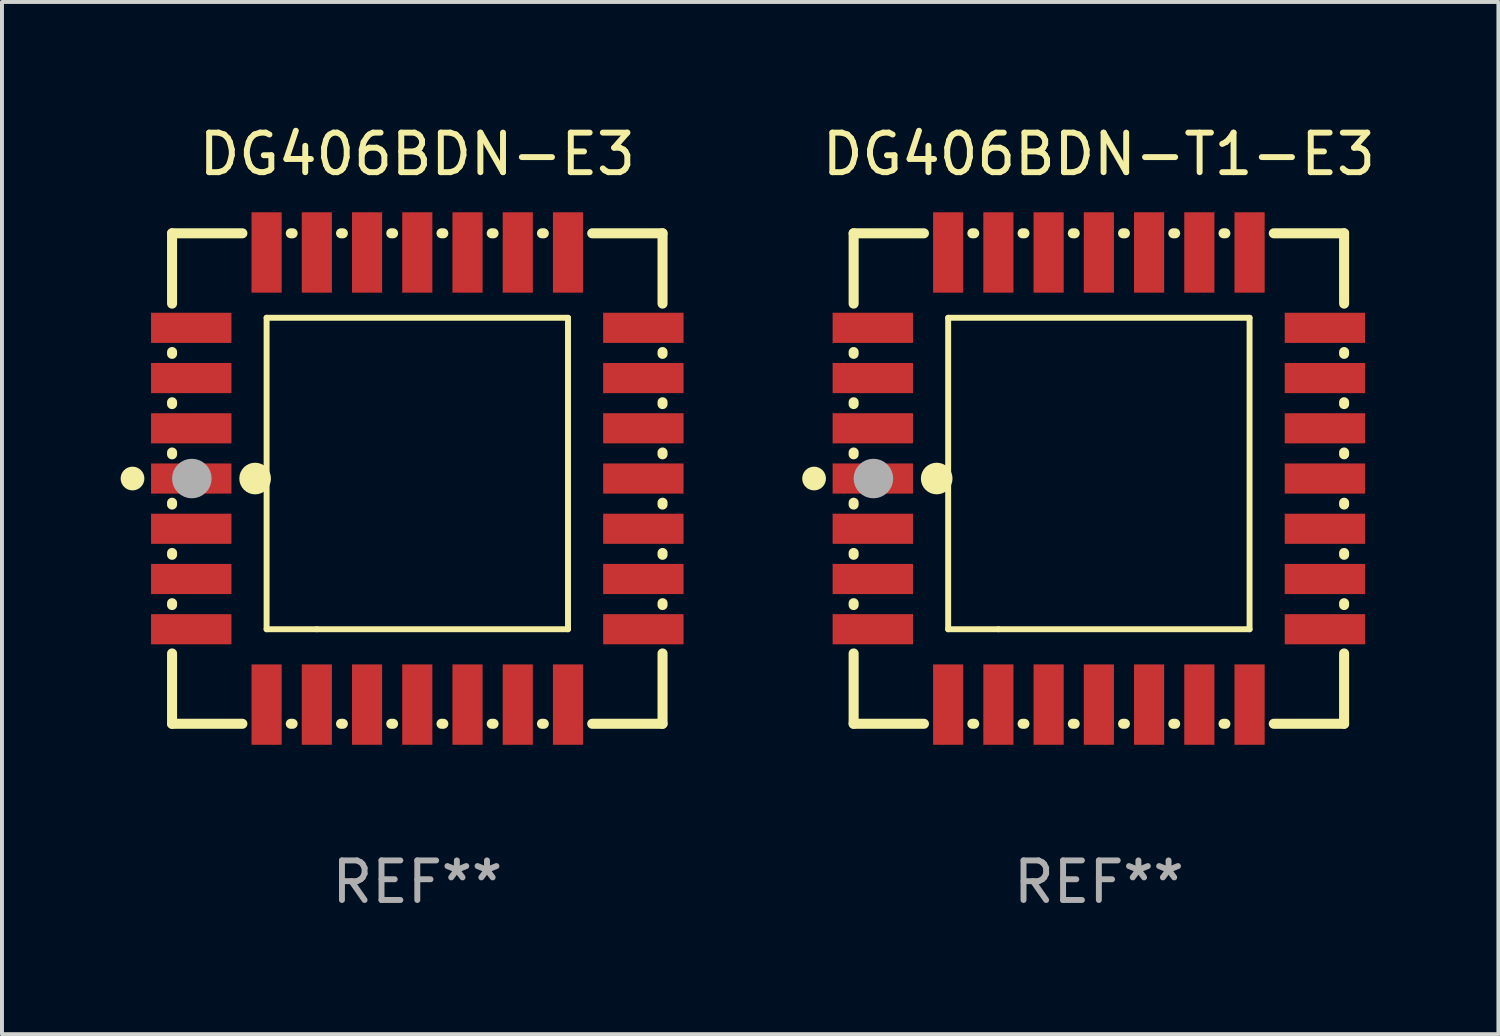
<source format=kicad_pcb>
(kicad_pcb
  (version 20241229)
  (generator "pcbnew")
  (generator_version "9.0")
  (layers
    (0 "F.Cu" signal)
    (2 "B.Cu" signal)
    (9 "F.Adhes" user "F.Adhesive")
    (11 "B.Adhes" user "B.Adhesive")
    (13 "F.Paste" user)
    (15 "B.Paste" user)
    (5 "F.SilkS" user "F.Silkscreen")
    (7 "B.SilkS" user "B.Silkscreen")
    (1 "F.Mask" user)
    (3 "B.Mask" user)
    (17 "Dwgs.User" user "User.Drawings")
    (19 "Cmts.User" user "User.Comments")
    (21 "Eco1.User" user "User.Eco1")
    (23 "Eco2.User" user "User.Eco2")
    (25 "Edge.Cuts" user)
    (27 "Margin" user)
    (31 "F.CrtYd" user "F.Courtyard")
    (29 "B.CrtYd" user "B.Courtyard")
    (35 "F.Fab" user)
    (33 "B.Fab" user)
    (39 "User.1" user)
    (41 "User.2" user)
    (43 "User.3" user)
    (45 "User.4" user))
  (footprint "DG406BDN-T1-E3"
    (layer "F.Cu")
    (at 24.731 9.048)
    (property "Reference" "DG406BDN-T1-E3" (at 0 -8.2 0) (layer "F.SilkS") (effects (font (size 1 1) (thickness 0.15))))
    (attr through_hole)
    (fp_line (start -6.2 -6.2) (end -4.422 -6.2) (stroke (width 0.254) (type solid)) (layer "F.SilkS"))
    (fp_line (start -6.2 -4.422) (end -6.2 -6.2) (stroke (width 0.254) (type solid)) (layer "F.SilkS"))
    (fp_line (start -6.2 -3.152) (end -6.2 -3.198) (stroke (width 0.254) (type solid)) (layer "F.SilkS"))
    (fp_line (start -6.2 -1.882) (end -6.2 -1.928) (stroke (width 0.254) (type solid)) (layer "F.SilkS"))
    (fp_line (start -6.2 -0.612) (end -6.2 -0.658) (stroke (width 0.254) (type solid)) (layer "F.SilkS"))
    (fp_line (start -6.2 0.658) (end -6.2 0.612) (stroke (width 0.254) (type solid)) (layer "F.SilkS"))
    (fp_line (start -6.2 1.928) (end -6.2 1.882) (stroke (width 0.254) (type solid)) (layer "F.SilkS"))
    (fp_line (start -6.2 3.198) (end -6.2 3.152) (stroke (width 0.254) (type solid)) (layer "F.SilkS"))
    (fp_line (start -6.2 6.2) (end -6.2 4.422) (stroke (width 0.254) (type solid)) (layer "F.SilkS"))
    (fp_line (start -4.422 6.2) (end -6.2 6.2) (stroke (width 0.254) (type solid)) (layer "F.SilkS"))
    (fp_line (start -3.81 -4.064) (end 3.81 -4.064) (stroke (width 0.15) (type solid)) (layer "F.SilkS"))
    (fp_line (start -3.81 3.81) (end -3.81 -4.064) (stroke (width 0.15) (type solid)) (layer "F.SilkS"))
    (fp_line (start -3.198 -6.2) (end -3.152 -6.2) (stroke (width 0.254) (type solid)) (layer "F.SilkS"))
    (fp_line (start -3.152 6.2) (end -3.198 6.2) (stroke (width 0.254) (type solid)) (layer "F.SilkS"))
    (fp_line (start -2.54 3.81) (end -3.81 3.81) (stroke (width 0.15) (type solid)) (layer "F.SilkS"))
    (fp_line (start -1.928 -6.2) (end -1.882 -6.2) (stroke (width 0.254) (type solid)) (layer "F.SilkS"))
    (fp_line (start -1.882 6.2) (end -1.928 6.2) (stroke (width 0.254) (type solid)) (layer "F.SilkS"))
    (fp_line (start -0.658 -6.2) (end -0.612 -6.2) (stroke (width 0.254) (type solid)) (layer "F.SilkS"))
    (fp_line (start -0.612 6.2) (end -0.658 6.2) (stroke (width 0.254) (type solid)) (layer "F.SilkS"))
    (fp_line (start 0.612 -6.2) (end 0.658 -6.2) (stroke (width 0.254) (type solid)) (layer "F.SilkS"))
    (fp_line (start 0.658 6.2) (end 0.612 6.2) (stroke (width 0.254) (type solid)) (layer "F.SilkS"))
    (fp_line (start 1.882 -6.2) (end 1.928 -6.2) (stroke (width 0.254) (type solid)) (layer "F.SilkS"))
    (fp_line (start 1.928 6.2) (end 1.882 6.2) (stroke (width 0.254) (type solid)) (layer "F.SilkS"))
    (fp_line (start 3.152 -6.2) (end 3.198 -6.2) (stroke (width 0.254) (type solid)) (layer "F.SilkS"))
    (fp_line (start 3.198 6.2) (end 3.152 6.2) (stroke (width 0.254) (type solid)) (layer "F.SilkS"))
    (fp_line (start 3.81 -4.064) (end 3.81 3.81) (stroke (width 0.15) (type solid)) (layer "F.SilkS"))
    (fp_line (start 3.81 3.81) (end -2.54 3.81) (stroke (width 0.15) (type solid)) (layer "F.SilkS"))
    (fp_line (start 4.422 -6.2) (end 6.2 -6.2) (stroke (width 0.254) (type solid)) (layer "F.SilkS"))
    (fp_line (start 6.2 -6.2) (end 6.2 -4.422) (stroke (width 0.254) (type solid)) (layer "F.SilkS"))
    (fp_line (start 6.2 -3.198) (end 6.2 -3.152) (stroke (width 0.254) (type solid)) (layer "F.SilkS"))
    (fp_line (start 6.2 -1.928) (end 6.2 -1.882) (stroke (width 0.254) (type solid)) (layer "F.SilkS"))
    (fp_line (start 6.2 -0.658) (end 6.2 -0.612) (stroke (width 0.254) (type solid)) (layer "F.SilkS"))
    (fp_line (start 6.2 0.612) (end 6.2 0.658) (stroke (width 0.254) (type solid)) (layer "F.SilkS"))
    (fp_line (start 6.2 1.882) (end 6.2 1.928) (stroke (width 0.254) (type solid)) (layer "F.SilkS"))
    (fp_line (start 6.2 3.152) (end 6.2 3.198) (stroke (width 0.254) (type solid)) (layer "F.SilkS"))
    (fp_line (start 6.2 4.422) (end 6.2 6.2) (stroke (width 0.254) (type solid)) (layer "F.SilkS"))
    (fp_line (start 6.2 6.2) (end 4.422 6.2) (stroke (width 0.254) (type solid)) (layer "F.SilkS"))
    (fp_circle (center -7.2 0) (end -7.05 0) (stroke (width 0.3) (type solid)) (fill no) (layer "F.SilkS"))
    (fp_circle (center -6.223 6.223) (end -6.193 6.223) (stroke (width 0.06) (type solid)) (fill no) (layer "F.SilkS"))
    (fp_circle (center -4.1 0) (end -3.9 0) (stroke (width 0.4) (type solid)) (fill no) (layer "F.SilkS"))
    (fp_circle (center -5.7 0) (end -5.45 0) (stroke (width 0.5) (type solid)) (fill no) (layer "F.Fab"))
    (fp_text user "REF**" (at 0 10.2 0) (layer "F.Fab") (effects (font (size 1 1) (thickness 0.15))))
    (pad "1" smd rect (at -5.715 0) (size 2.032 0.762) (layers "F.Cu" "F.Mask" "F.Paste"))
    (pad "2" smd rect (at -5.715 1.27) (size 2.032 0.762) (layers "F.Cu" "F.Mask" "F.Paste"))
    (pad "3" smd rect (at -5.715 2.54) (size 2.032 0.762) (layers "F.Cu" "F.Mask" "F.Paste"))
    (pad "4" smd rect (at -5.715 3.81) (size 2.032 0.762) (layers "F.Cu" "F.Mask" "F.Paste"))
    (pad "5" smd rect (at -3.81 5.715) (size 0.762 2.032) (layers "F.Cu" "F.Mask" "F.Paste"))
    (pad "6" smd rect (at -2.54 5.715) (size 0.762 2.032) (layers "F.Cu" "F.Mask" "F.Paste"))
    (pad "7" smd rect (at -1.27 5.715) (size 0.762 2.032) (layers "F.Cu" "F.Mask" "F.Paste"))
    (pad "8" smd rect (at 0 5.715) (size 0.762 2.032) (layers "F.Cu" "F.Mask" "F.Paste"))
    (pad "9" smd rect (at 1.27 5.715) (size 0.762 2.032) (layers "F.Cu" "F.Mask" "F.Paste"))
    (pad "10" smd rect (at 2.54 5.715) (size 0.762 2.032) (layers "F.Cu" "F.Mask" "F.Paste"))
    (pad "11" smd rect (at 3.81 5.715) (size 0.762 2.032) (layers "F.Cu" "F.Mask" "F.Paste"))
    (pad "12" smd rect (at 5.715 3.81) (size 2.032 0.762) (layers "F.Cu" "F.Mask" "F.Paste"))
    (pad "13" smd rect (at 5.715 2.54) (size 2.032 0.762) (layers "F.Cu" "F.Mask" "F.Paste"))
    (pad "14" smd rect (at 5.715 1.27) (size 2.032 0.762) (layers "F.Cu" "F.Mask" "F.Paste"))
    (pad "15" smd rect (at 5.715 0) (size 2.032 0.762) (layers "F.Cu" "F.Mask" "F.Paste"))
    (pad "16" smd rect (at 5.715 -1.27) (size 2.032 0.762) (layers "F.Cu" "F.Mask" "F.Paste"))
    (pad "17" smd rect (at 5.715 -2.54) (size 2.032 0.762) (layers "F.Cu" "F.Mask" "F.Paste"))
    (pad "18" smd rect (at 5.715 -3.81) (size 2.032 0.762) (layers "F.Cu" "F.Mask" "F.Paste"))
    (pad "19" smd rect (at 3.81 -5.715) (size 0.762 2.032) (layers "F.Cu" "F.Mask" "F.Paste"))
    (pad "20" smd rect (at 2.54 -5.715) (size 0.762 2.032) (layers "F.Cu" "F.Mask" "F.Paste"))
    (pad "21" smd rect (at 1.27 -5.715) (size 0.762 2.032) (layers "F.Cu" "F.Mask" "F.Paste"))
    (pad "22" smd rect (at 0 -5.715) (size 0.762 2.032) (layers "F.Cu" "F.Mask" "F.Paste"))
    (pad "23" smd rect (at -1.27 -5.715) (size 0.762 2.032) (layers "F.Cu" "F.Mask" "F.Paste"))
    (pad "24" smd rect (at -2.54 -5.715) (size 0.762 2.032) (layers "F.Cu" "F.Mask" "F.Paste"))
    (pad "25" smd rect (at -3.81 -5.715) (size 0.762 2.032) (layers "F.Cu" "F.Mask" "F.Paste"))
    (pad "26" smd rect (at -5.715 -3.81) (size 2.032 0.762) (layers "F.Cu" "F.Mask" "F.Paste"))
    (pad "27" smd rect (at -5.715 -2.54) (size 2.032 0.762) (layers "F.Cu" "F.Mask" "F.Paste"))
    (pad "28" smd rect (at -5.715 -1.27) (size 2.032 0.762) (layers "F.Cu" "F.Mask" "F.Paste")))
  (footprint "DG406BDN-E3"
    (layer "F.Cu")
    (at 7.5 9.048)
    (property "Reference" "DG406BDN-E3" (at 0 -8.2 0) (layer "F.SilkS") (effects (font (size 1 1) (thickness 0.15))))
    (attr through_hole)
    (fp_line (start -6.2 -6.2) (end -4.422 -6.2) (stroke (width 0.254) (type solid)) (layer "F.SilkS"))
    (fp_line (start -6.2 -4.422) (end -6.2 -6.2) (stroke (width 0.254) (type solid)) (layer "F.SilkS"))
    (fp_line (start -6.2 -3.152) (end -6.2 -3.198) (stroke (width 0.254) (type solid)) (layer "F.SilkS"))
    (fp_line (start -6.2 -1.882) (end -6.2 -1.928) (stroke (width 0.254) (type solid)) (layer "F.SilkS"))
    (fp_line (start -6.2 -0.612) (end -6.2 -0.658) (stroke (width 0.254) (type solid)) (layer "F.SilkS"))
    (fp_line (start -6.2 0.658) (end -6.2 0.612) (stroke (width 0.254) (type solid)) (layer "F.SilkS"))
    (fp_line (start -6.2 1.928) (end -6.2 1.882) (stroke (width 0.254) (type solid)) (layer "F.SilkS"))
    (fp_line (start -6.2 3.198) (end -6.2 3.152) (stroke (width 0.254) (type solid)) (layer "F.SilkS"))
    (fp_line (start -6.2 6.2) (end -6.2 4.422) (stroke (width 0.254) (type solid)) (layer "F.SilkS"))
    (fp_line (start -4.422 6.2) (end -6.2 6.2) (stroke (width 0.254) (type solid)) (layer "F.SilkS"))
    (fp_line (start -3.81 -4.064) (end 3.81 -4.064) (stroke (width 0.15) (type solid)) (layer "F.SilkS"))
    (fp_line (start -3.81 3.81) (end -3.81 -4.064) (stroke (width 0.15) (type solid)) (layer "F.SilkS"))
    (fp_line (start -3.198 -6.2) (end -3.152 -6.2) (stroke (width 0.254) (type solid)) (layer "F.SilkS"))
    (fp_line (start -3.152 6.2) (end -3.198 6.2) (stroke (width 0.254) (type solid)) (layer "F.SilkS"))
    (fp_line (start -2.54 3.81) (end -3.81 3.81) (stroke (width 0.15) (type solid)) (layer "F.SilkS"))
    (fp_line (start -1.928 -6.2) (end -1.882 -6.2) (stroke (width 0.254) (type solid)) (layer "F.SilkS"))
    (fp_line (start -1.882 6.2) (end -1.928 6.2) (stroke (width 0.254) (type solid)) (layer "F.SilkS"))
    (fp_line (start -0.658 -6.2) (end -0.612 -6.2) (stroke (width 0.254) (type solid)) (layer "F.SilkS"))
    (fp_line (start -0.612 6.2) (end -0.658 6.2) (stroke (width 0.254) (type solid)) (layer "F.SilkS"))
    (fp_line (start 0.612 -6.2) (end 0.658 -6.2) (stroke (width 0.254) (type solid)) (layer "F.SilkS"))
    (fp_line (start 0.658 6.2) (end 0.612 6.2) (stroke (width 0.254) (type solid)) (layer "F.SilkS"))
    (fp_line (start 1.882 -6.2) (end 1.928 -6.2) (stroke (width 0.254) (type solid)) (layer "F.SilkS"))
    (fp_line (start 1.928 6.2) (end 1.882 6.2) (stroke (width 0.254) (type solid)) (layer "F.SilkS"))
    (fp_line (start 3.152 -6.2) (end 3.198 -6.2) (stroke (width 0.254) (type solid)) (layer "F.SilkS"))
    (fp_line (start 3.198 6.2) (end 3.152 6.2) (stroke (width 0.254) (type solid)) (layer "F.SilkS"))
    (fp_line (start 3.81 -4.064) (end 3.81 3.81) (stroke (width 0.15) (type solid)) (layer "F.SilkS"))
    (fp_line (start 3.81 3.81) (end -2.54 3.81) (stroke (width 0.15) (type solid)) (layer "F.SilkS"))
    (fp_line (start 4.422 -6.2) (end 6.2 -6.2) (stroke (width 0.254) (type solid)) (layer "F.SilkS"))
    (fp_line (start 6.2 -6.2) (end 6.2 -4.422) (stroke (width 0.254) (type solid)) (layer "F.SilkS"))
    (fp_line (start 6.2 -3.198) (end 6.2 -3.152) (stroke (width 0.254) (type solid)) (layer "F.SilkS"))
    (fp_line (start 6.2 -1.928) (end 6.2 -1.882) (stroke (width 0.254) (type solid)) (layer "F.SilkS"))
    (fp_line (start 6.2 -0.658) (end 6.2 -0.612) (stroke (width 0.254) (type solid)) (layer "F.SilkS"))
    (fp_line (start 6.2 0.612) (end 6.2 0.658) (stroke (width 0.254) (type solid)) (layer "F.SilkS"))
    (fp_line (start 6.2 1.882) (end 6.2 1.928) (stroke (width 0.254) (type solid)) (layer "F.SilkS"))
    (fp_line (start 6.2 3.152) (end 6.2 3.198) (stroke (width 0.254) (type solid)) (layer "F.SilkS"))
    (fp_line (start 6.2 4.422) (end 6.2 6.2) (stroke (width 0.254) (type solid)) (layer "F.SilkS"))
    (fp_line (start 6.2 6.2) (end 4.422 6.2) (stroke (width 0.254) (type solid)) (layer "F.SilkS"))
    (fp_circle (center -7.2 0) (end -7.05 0) (stroke (width 0.3) (type solid)) (fill no) (layer "F.SilkS"))
    (fp_circle (center -6.223 6.223) (end -6.193 6.223) (stroke (width 0.06) (type solid)) (fill no) (layer "F.SilkS"))
    (fp_circle (center -4.1 0) (end -3.9 0) (stroke (width 0.4) (type solid)) (fill no) (layer "F.SilkS"))
    (fp_circle (center -5.7 0) (end -5.45 0) (stroke (width 0.5) (type solid)) (fill no) (layer "F.Fab"))
    (fp_text user "REF**" (at 0 10.2 0) (layer "F.Fab") (effects (font (size 1 1) (thickness 0.15))))
    (pad "1" smd rect (at -5.715 0) (size 2.032 0.762) (layers "F.Cu" "F.Mask" "F.Paste"))
    (pad "2" smd rect (at -5.715 1.27) (size 2.032 0.762) (layers "F.Cu" "F.Mask" "F.Paste"))
    (pad "3" smd rect (at -5.715 2.54) (size 2.032 0.762) (layers "F.Cu" "F.Mask" "F.Paste"))
    (pad "4" smd rect (at -5.715 3.81) (size 2.032 0.762) (layers "F.Cu" "F.Mask" "F.Paste"))
    (pad "5" smd rect (at -3.81 5.715) (size 0.762 2.032) (layers "F.Cu" "F.Mask" "F.Paste"))
    (pad "6" smd rect (at -2.54 5.715) (size 0.762 2.032) (layers "F.Cu" "F.Mask" "F.Paste"))
    (pad "7" smd rect (at -1.27 5.715) (size 0.762 2.032) (layers "F.Cu" "F.Mask" "F.Paste"))
    (pad "8" smd rect (at 0 5.715) (size 0.762 2.032) (layers "F.Cu" "F.Mask" "F.Paste"))
    (pad "9" smd rect (at 1.27 5.715) (size 0.762 2.032) (layers "F.Cu" "F.Mask" "F.Paste"))
    (pad "10" smd rect (at 2.54 5.715) (size 0.762 2.032) (layers "F.Cu" "F.Mask" "F.Paste"))
    (pad "11" smd rect (at 3.81 5.715) (size 0.762 2.032) (layers "F.Cu" "F.Mask" "F.Paste"))
    (pad "12" smd rect (at 5.715 3.81) (size 2.032 0.762) (layers "F.Cu" "F.Mask" "F.Paste"))
    (pad "13" smd rect (at 5.715 2.54) (size 2.032 0.762) (layers "F.Cu" "F.Mask" "F.Paste"))
    (pad "14" smd rect (at 5.715 1.27) (size 2.032 0.762) (layers "F.Cu" "F.Mask" "F.Paste"))
    (pad "15" smd rect (at 5.715 0) (size 2.032 0.762) (layers "F.Cu" "F.Mask" "F.Paste"))
    (pad "16" smd rect (at 5.715 -1.27) (size 2.032 0.762) (layers "F.Cu" "F.Mask" "F.Paste"))
    (pad "17" smd rect (at 5.715 -2.54) (size 2.032 0.762) (layers "F.Cu" "F.Mask" "F.Paste"))
    (pad "18" smd rect (at 5.715 -3.81) (size 2.032 0.762) (layers "F.Cu" "F.Mask" "F.Paste"))
    (pad "19" smd rect (at 3.81 -5.715) (size 0.762 2.032) (layers "F.Cu" "F.Mask" "F.Paste"))
    (pad "20" smd rect (at 2.54 -5.715) (size 0.762 2.032) (layers "F.Cu" "F.Mask" "F.Paste"))
    (pad "21" smd rect (at 1.27 -5.715) (size 0.762 2.032) (layers "F.Cu" "F.Mask" "F.Paste"))
    (pad "22" smd rect (at 0 -5.715) (size 0.762 2.032) (layers "F.Cu" "F.Mask" "F.Paste"))
    (pad "23" smd rect (at -1.27 -5.715) (size 0.762 2.032) (layers "F.Cu" "F.Mask" "F.Paste"))
    (pad "24" smd rect (at -2.54 -5.715) (size 0.762 2.032) (layers "F.Cu" "F.Mask" "F.Paste"))
    (pad "25" smd rect (at -3.81 -5.715) (size 0.762 2.032) (layers "F.Cu" "F.Mask" "F.Paste"))
    (pad "26" smd rect (at -5.715 -3.81) (size 2.032 0.762) (layers "F.Cu" "F.Mask" "F.Paste"))
    (pad "27" smd rect (at -5.715 -2.54) (size 2.032 0.762) (layers "F.Cu" "F.Mask" "F.Paste"))
    (pad "28" smd rect (at -5.715 -1.27) (size 2.032 0.762) (layers "F.Cu" "F.Mask" "F.Paste")))
  (gr_rect
    (start -3 -3)
    (end 34.832 23.096)
    (stroke (width 0.1) (type default))
    (fill no)
    (layer "Edge.Cuts")))
</source>
